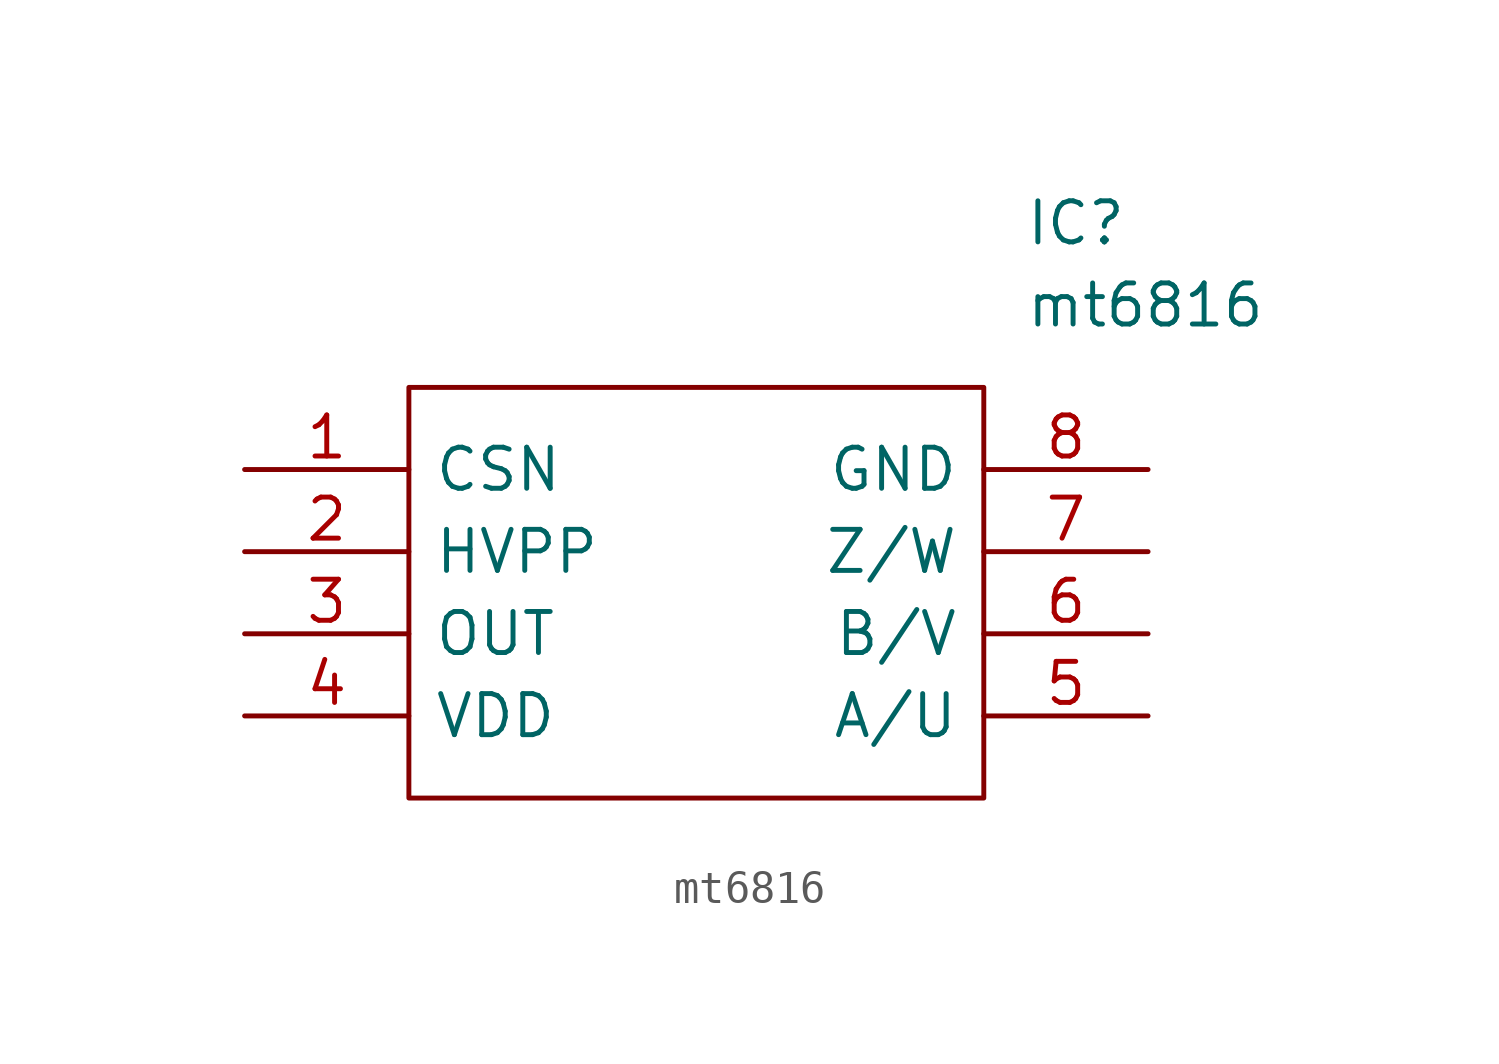
<source format=kicad_sym>
(kicad_symbol_lib
  (version 20211014)
  (generator kicad_symbol_editor)
  (symbol "mt6816"
    (pin_names
      (offset 0.762))
    (property "Reference" "IC"
      (at 24.13 7.62 0)
      (effects (font (size 1.27 1.27)) (justify left)))
    (property "Value" "mt6816"
      (at 24.13 5.08 0)
      (effects (font (size 1.27 1.27)) (justify left)))
    (symbol "mt6816_0_0"
      (pin passive line (at 0 0 0) (length 5.08) (name "CSN" (effects (font (size 1.27 1.27)))) (number "1" (effects (font (size 1.27 1.27)))))
      (pin passive line (at 0 -2.54 0) (length 5.08) (name "HVPP" (effects (font (size 1.27 1.27)))) (number "2" (effects (font (size 1.27 1.27)))))
      (pin passive line (at 0 -5.08 0) (length 5.08) (name "OUT" (effects (font (size 1.27 1.27)))) (number "3" (effects (font (size 1.27 1.27)))))
      (pin passive line (at 0 -7.62 0) (length 5.08) (name "VDD" (effects (font (size 1.27 1.27)))) (number "4" (effects (font (size 1.27 1.27)))))
      (pin passive line (at 27.94 -7.62 180) (length 5.08) (name "A/U" (effects (font (size 1.27 1.27)))) (number "5" (effects (font (size 1.27 1.27)))))
      (pin passive line (at 27.94 -5.08 180) (length 5.08) (name "B/V" (effects (font (size 1.27 1.27)))) (number "6" (effects (font (size 1.27 1.27)))))
      (pin passive line (at 27.94 -2.54 180) (length 5.08) (name "Z/W" (effects (font (size 1.27 1.27)))) (number "7" (effects (font (size 1.27 1.27)))))
      (pin passive line (at 27.94 0 180) (length 5.08) (name "GND" (effects (font (size 1.27 1.27)))) (number "8" (effects (font (size 1.27 1.27))))))
    (symbol "mt6816_0_1"
      (polyline (pts (xy 5.08 2.54) (xy 22.86 2.54) (xy 22.86 -10.16) (xy 5.08 -10.16) (xy 5.08 2.54)) (stroke (width 0.152) (type default) (color 0 0 0 0)) (fill (type none))))))
</source>
